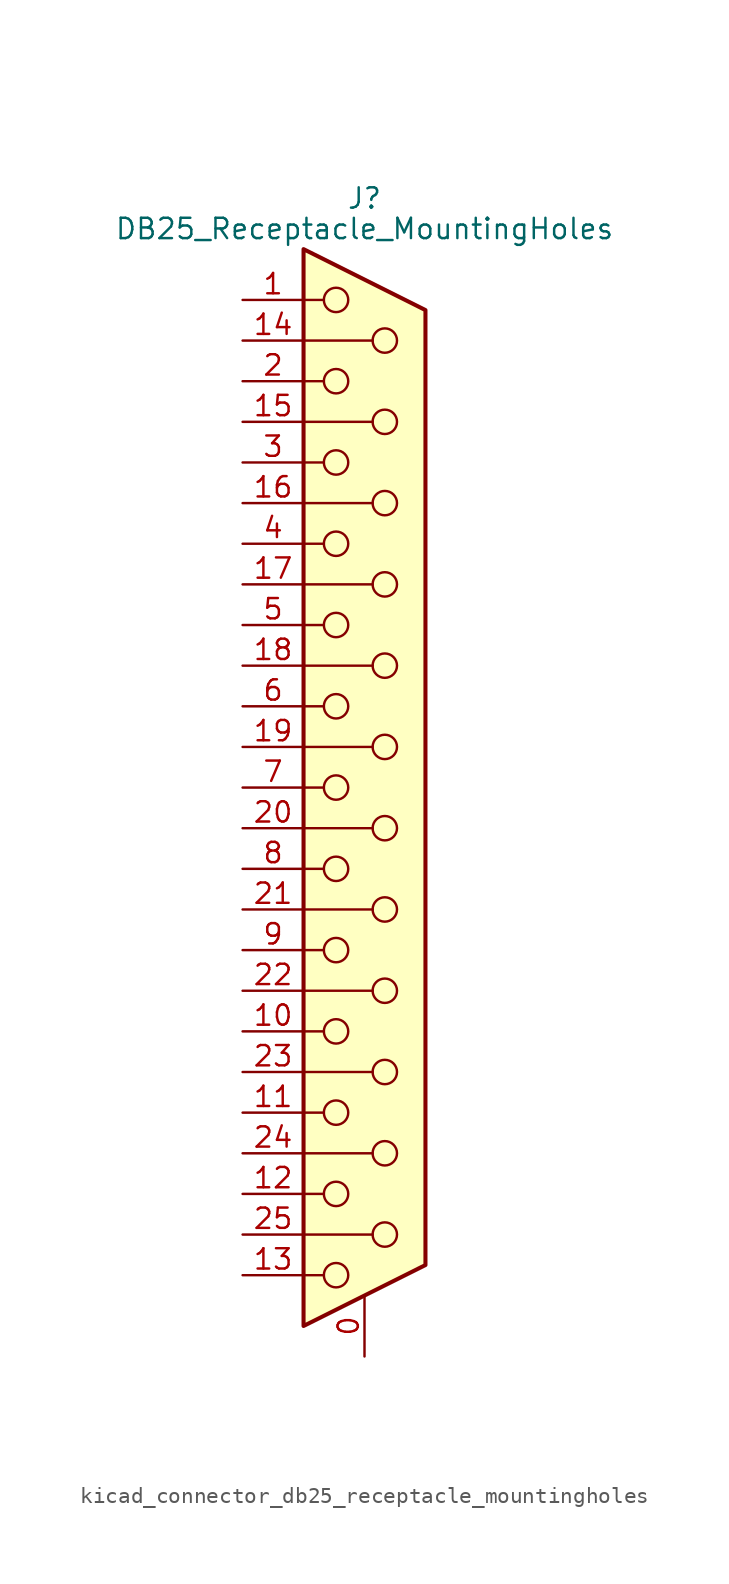
<source format=kicad_sym>
(kicad_symbol_lib
  (version 20220914)
  (generator kicad_symbol_editor)
  (symbol "kicad_connector_db25_receptacle_mountingholes"
    (pin_names
      (offset 1.016) hide)
    (property "Reference" "J"
      (at 0 36.83 0)
      (effects (font (size 1.27 1.27))))
    (property "Value" "DB25_Receptacle_MountingHoles"
      (at 0 34.925 0)
      (effects (font (size 1.27 1.27))))
    (symbol "kicad_connector_db25_receptacle_mountingholes_0_1"
      (circle (center -1.778 -30.48) (radius 0.762) (stroke (width 0) (type default)) (fill (type none)))
      (circle (center -1.778 -25.4) (radius 0.762) (stroke (width 0) (type default)) (fill (type none)))
      (circle (center -1.778 -20.32) (radius 0.762) (stroke (width 0) (type default)) (fill (type none)))
      (circle (center -1.778 -15.24) (radius 0.762) (stroke (width 0) (type default)) (fill (type none)))
      (circle (center -1.778 -10.16) (radius 0.762) (stroke (width 0) (type default)) (fill (type none)))
      (circle (center -1.778 -5.08) (radius 0.762) (stroke (width 0) (type default)) (fill (type none)))
      (circle (center -1.778 0) (radius 0.762) (stroke (width 0) (type default)) (fill (type none)))
      (circle (center -1.778 5.08) (radius 0.762) (stroke (width 0) (type default)) (fill (type none)))
      (circle (center -1.778 10.16) (radius 0.762) (stroke (width 0) (type default)) (fill (type none)))
      (circle (center -1.778 15.24) (radius 0.762) (stroke (width 0) (type default)) (fill (type none)))
      (circle (center -1.778 20.32) (radius 0.762) (stroke (width 0) (type default)) (fill (type none)))
      (circle (center -1.778 25.4) (radius 0.762) (stroke (width 0) (type default)) (fill (type none)))
      (circle (center -1.778 30.48) (radius 0.762) (stroke (width 0) (type default)) (fill (type none)))
      (polyline (pts (xy -3.81 -30.48) (xy -2.54 -30.48)) (stroke (width 0) (type default)) (fill (type none)))
      (polyline (pts (xy -3.81 -27.94) (xy 0.508 -27.94)) (stroke (width 0) (type default)) (fill (type none)))
      (polyline (pts (xy -3.81 -25.4) (xy -2.54 -25.4)) (stroke (width 0) (type default)) (fill (type none)))
      (polyline (pts (xy -3.81 -22.86) (xy 0.508 -22.86)) (stroke (width 0) (type default)) (fill (type none)))
      (polyline (pts (xy -3.81 -20.32) (xy -2.54 -20.32)) (stroke (width 0) (type default)) (fill (type none)))
      (polyline (pts (xy -3.81 -17.78) (xy 0.508 -17.78)) (stroke (width 0) (type default)) (fill (type none)))
      (polyline (pts (xy -3.81 -15.24) (xy -2.54 -15.24)) (stroke (width 0) (type default)) (fill (type none)))
      (polyline (pts (xy -3.81 -12.7) (xy 0.508 -12.7)) (stroke (width 0) (type default)) (fill (type none)))
      (polyline (pts (xy -3.81 -10.16) (xy -2.54 -10.16)) (stroke (width 0) (type default)) (fill (type none)))
      (polyline (pts (xy -3.81 -7.62) (xy 0.508 -7.62)) (stroke (width 0) (type default)) (fill (type none)))
      (polyline (pts (xy -3.81 -5.08) (xy -2.54 -5.08)) (stroke (width 0) (type default)) (fill (type none)))
      (polyline (pts (xy -3.81 -2.54) (xy 0.508 -2.54)) (stroke (width 0) (type default)) (fill (type none)))
      (polyline (pts (xy -3.81 0) (xy -2.54 0)) (stroke (width 0) (type default)) (fill (type none)))
      (polyline (pts (xy -3.81 2.54) (xy 0.508 2.54)) (stroke (width 0) (type default)) (fill (type none)))
      (polyline (pts (xy -3.81 5.08) (xy -2.54 5.08)) (stroke (width 0) (type default)) (fill (type none)))
      (polyline (pts (xy -3.81 7.62) (xy 0.508 7.62)) (stroke (width 0) (type default)) (fill (type none)))
      (polyline (pts (xy -3.81 10.16) (xy -2.54 10.16)) (stroke (width 0) (type default)) (fill (type none)))
      (polyline (pts (xy -3.81 12.7) (xy 0.508 12.7)) (stroke (width 0) (type default)) (fill (type none)))
      (polyline (pts (xy -3.81 15.24) (xy -2.54 15.24)) (stroke (width 0) (type default)) (fill (type none)))
      (polyline (pts (xy -3.81 17.78) (xy 0.508 17.78)) (stroke (width 0) (type default)) (fill (type none)))
      (polyline (pts (xy -3.81 20.32) (xy -2.54 20.32)) (stroke (width 0) (type default)) (fill (type none)))
      (polyline (pts (xy -3.81 22.86) (xy 0.508 22.86)) (stroke (width 0) (type default)) (fill (type none)))
      (polyline (pts (xy -3.81 25.4) (xy -2.54 25.4)) (stroke (width 0) (type default)) (fill (type none)))
      (polyline (pts (xy -3.81 27.94) (xy 0.508 27.94)) (stroke (width 0) (type default)) (fill (type none)))
      (polyline (pts (xy -3.81 30.48) (xy -2.54 30.48)) (stroke (width 0) (type default)) (fill (type none)))
      (polyline (pts (xy -3.81 33.655) (xy 3.81 29.845) (xy 3.81 -29.845) (xy -3.81 -33.655) (xy -3.81 33.655)) (stroke (width 0.254) (type default)) (fill (type background)))
      (circle (center 1.27 -27.94) (radius 0.762) (stroke (width 0) (type default)) (fill (type none)))
      (circle (center 1.27 -22.86) (radius 0.762) (stroke (width 0) (type default)) (fill (type none)))
      (circle (center 1.27 -17.78) (radius 0.762) (stroke (width 0) (type default)) (fill (type none)))
      (circle (center 1.27 -12.7) (radius 0.762) (stroke (width 0) (type default)) (fill (type none)))
      (circle (center 1.27 -7.62) (radius 0.762) (stroke (width 0) (type default)) (fill (type none)))
      (circle (center 1.27 -2.54) (radius 0.762) (stroke (width 0) (type default)) (fill (type none)))
      (circle (center 1.27 2.54) (radius 0.762) (stroke (width 0) (type default)) (fill (type none)))
      (circle (center 1.27 7.62) (radius 0.762) (stroke (width 0) (type default)) (fill (type none)))
      (circle (center 1.27 12.7) (radius 0.762) (stroke (width 0) (type default)) (fill (type none)))
      (circle (center 1.27 17.78) (radius 0.762) (stroke (width 0) (type default)) (fill (type none)))
      (circle (center 1.27 22.86) (radius 0.762) (stroke (width 0) (type default)) (fill (type none)))
      (circle (center 1.27 27.94) (radius 0.762) (stroke (width 0) (type default)) (fill (type none))))
    (symbol "kicad_connector_db25_receptacle_mountingholes_1_1"
      (pin passive line (at 0 -35.56 90) (length 3.81) (name "PAD" (effects (font (size 1.27 1.27)))) (number "0" (effects (font (size 1.27 1.27)))))
      (pin passive line (at -7.62 30.48 0) (length 3.81) (name "1" (effects (font (size 1.27 1.27)))) (number "1" (effects (font (size 1.27 1.27)))))
      (pin passive line (at -7.62 -15.24 0) (length 3.81) (name "10" (effects (font (size 1.27 1.27)))) (number "10" (effects (font (size 1.27 1.27)))))
      (pin passive line (at -7.62 -20.32 0) (length 3.81) (name "11" (effects (font (size 1.27 1.27)))) (number "11" (effects (font (size 1.27 1.27)))))
      (pin passive line (at -7.62 -25.4 0) (length 3.81) (name "12" (effects (font (size 1.27 1.27)))) (number "12" (effects (font (size 1.27 1.27)))))
      (pin passive line (at -7.62 -30.48 0) (length 3.81) (name "13" (effects (font (size 1.27 1.27)))) (number "13" (effects (font (size 1.27 1.27)))))
      (pin passive line (at -7.62 27.94 0) (length 3.81) (name "P14" (effects (font (size 1.27 1.27)))) (number "14" (effects (font (size 1.27 1.27)))))
      (pin passive line (at -7.62 22.86 0) (length 3.81) (name "P15" (effects (font (size 1.27 1.27)))) (number "15" (effects (font (size 1.27 1.27)))))
      (pin passive line (at -7.62 17.78 0) (length 3.81) (name "P16" (effects (font (size 1.27 1.27)))) (number "16" (effects (font (size 1.27 1.27)))))
      (pin passive line (at -7.62 12.7 0) (length 3.81) (name "P17" (effects (font (size 1.27 1.27)))) (number "17" (effects (font (size 1.27 1.27)))))
      (pin passive line (at -7.62 7.62 0) (length 3.81) (name "P18" (effects (font (size 1.27 1.27)))) (number "18" (effects (font (size 1.27 1.27)))))
      (pin passive line (at -7.62 2.54 0) (length 3.81) (name "P19" (effects (font (size 1.27 1.27)))) (number "19" (effects (font (size 1.27 1.27)))))
      (pin passive line (at -7.62 25.4 0) (length 3.81) (name "2" (effects (font (size 1.27 1.27)))) (number "2" (effects (font (size 1.27 1.27)))))
      (pin passive line (at -7.62 -2.54 0) (length 3.81) (name "P20" (effects (font (size 1.27 1.27)))) (number "20" (effects (font (size 1.27 1.27)))))
      (pin passive line (at -7.62 -7.62 0) (length 3.81) (name "P21" (effects (font (size 1.27 1.27)))) (number "21" (effects (font (size 1.27 1.27)))))
      (pin passive line (at -7.62 -12.7 0) (length 3.81) (name "P22" (effects (font (size 1.27 1.27)))) (number "22" (effects (font (size 1.27 1.27)))))
      (pin passive line (at -7.62 -17.78 0) (length 3.81) (name "P23" (effects (font (size 1.27 1.27)))) (number "23" (effects (font (size 1.27 1.27)))))
      (pin passive line (at -7.62 -22.86 0) (length 3.81) (name "P24" (effects (font (size 1.27 1.27)))) (number "24" (effects (font (size 1.27 1.27)))))
      (pin passive line (at -7.62 -27.94 0) (length 3.81) (name "P25" (effects (font (size 1.27 1.27)))) (number "25" (effects (font (size 1.27 1.27)))))
      (pin passive line (at -7.62 20.32 0) (length 3.81) (name "3" (effects (font (size 1.27 1.27)))) (number "3" (effects (font (size 1.27 1.27)))))
      (pin passive line (at -7.62 15.24 0) (length 3.81) (name "4" (effects (font (size 1.27 1.27)))) (number "4" (effects (font (size 1.27 1.27)))))
      (pin passive line (at -7.62 10.16 0) (length 3.81) (name "5" (effects (font (size 1.27 1.27)))) (number "5" (effects (font (size 1.27 1.27)))))
      (pin passive line (at -7.62 5.08 0) (length 3.81) (name "6" (effects (font (size 1.27 1.27)))) (number "6" (effects (font (size 1.27 1.27)))))
      (pin passive line (at -7.62 0 0) (length 3.81) (name "7" (effects (font (size 1.27 1.27)))) (number "7" (effects (font (size 1.27 1.27)))))
      (pin passive line (at -7.62 -5.08 0) (length 3.81) (name "8" (effects (font (size 1.27 1.27)))) (number "8" (effects (font (size 1.27 1.27)))))
      (pin passive line (at -7.62 -10.16 0) (length 3.81) (name "9" (effects (font (size 1.27 1.27)))) (number "9" (effects (font (size 1.27 1.27))))))))
</source>
